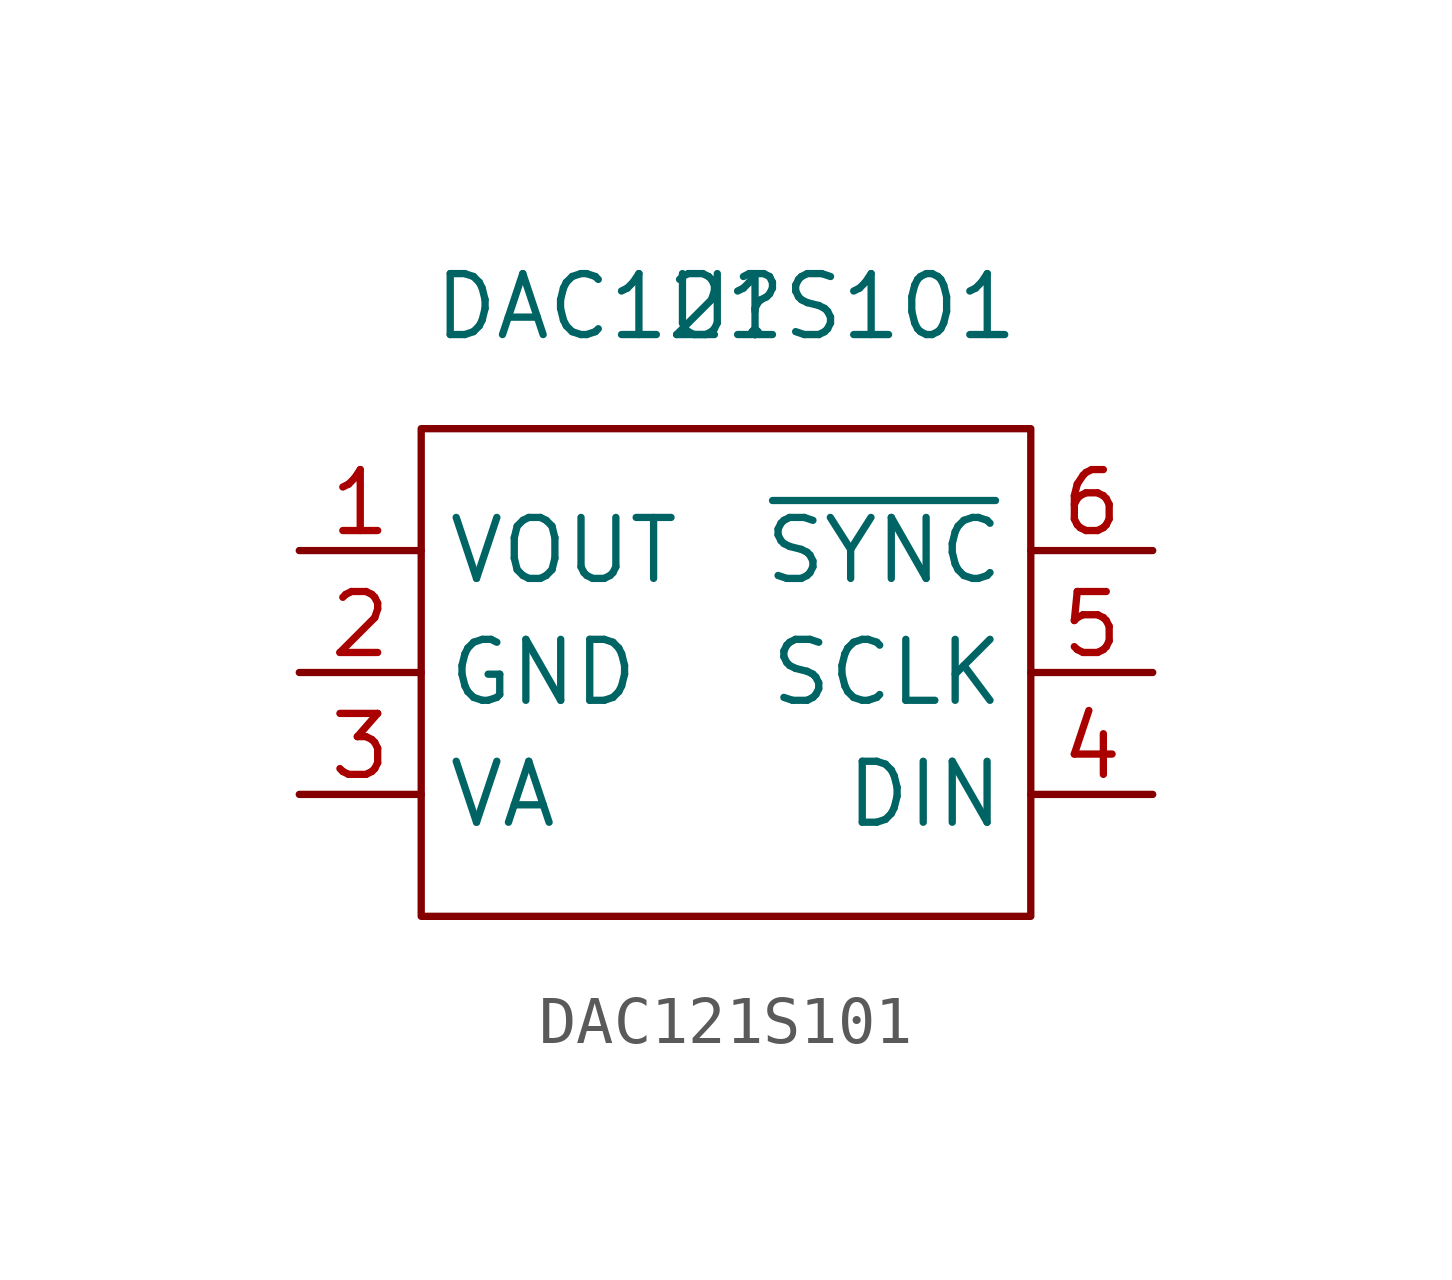
<source format=kicad_sym>
(kicad_symbol_lib
  (version 20211014)
  (generator kicad_symbol_editor)
  (symbol "DAC121S101"
    (property "Reference" "U"
      (at 0 7.62 0)
      (effects (font (size 1.27 1.27))))
    (property "Value" "DAC121S101"
      (at 0 7.62 0)
      (effects (font (size 1.27 1.27))))
    (symbol "DAC121S101_0_1"
      (rectangle (start -6.35 5.08) (end 6.35 -5.08) (stroke (width 0) (type default) (color 0 0 0 0)) (fill (type none))))
    (symbol "DAC121S101_1_1"
      (pin input line (at -8.89 2.54 0) (length 2.54) (name "VOUT" (effects (font (size 1.27 1.27)))) (number "1" (effects (font (size 1.27 1.27)))))
      (pin input line (at -8.89 0 0) (length 2.54) (name "GND" (effects (font (size 1.27 1.27)))) (number "2" (effects (font (size 1.27 1.27)))))
      (pin input line (at -8.89 -2.54 0) (length 2.54) (name "VA" (effects (font (size 1.27 1.27)))) (number "3" (effects (font (size 1.27 1.27)))))
      (pin input line (at 8.89 -2.54 180) (length 2.54) (name "DIN" (effects (font (size 1.27 1.27)))) (number "4" (effects (font (size 1.27 1.27)))))
      (pin input line (at 8.89 0 180) (length 2.54) (name "SCLK" (effects (font (size 1.27 1.27)))) (number "5" (effects (font (size 1.27 1.27)))))
      (pin input line (at 8.89 2.54 180) (length 2.54) (name "~{SYNC}" (effects (font (size 1.27 1.27)))) (number "6" (effects (font (size 1.27 1.27))))))))
</source>
